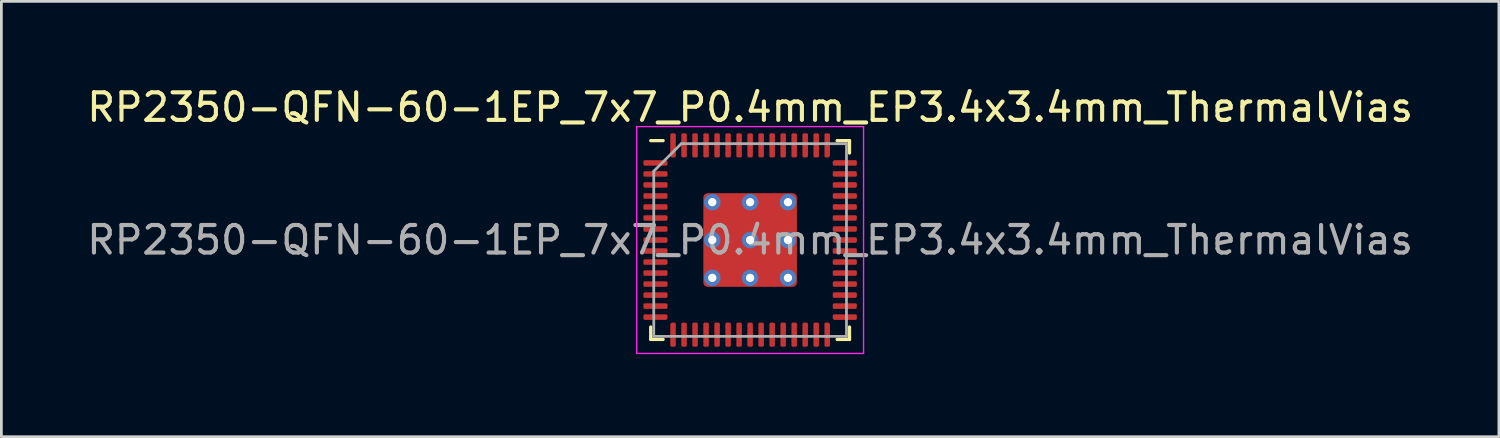
<source format=kicad_pcb>
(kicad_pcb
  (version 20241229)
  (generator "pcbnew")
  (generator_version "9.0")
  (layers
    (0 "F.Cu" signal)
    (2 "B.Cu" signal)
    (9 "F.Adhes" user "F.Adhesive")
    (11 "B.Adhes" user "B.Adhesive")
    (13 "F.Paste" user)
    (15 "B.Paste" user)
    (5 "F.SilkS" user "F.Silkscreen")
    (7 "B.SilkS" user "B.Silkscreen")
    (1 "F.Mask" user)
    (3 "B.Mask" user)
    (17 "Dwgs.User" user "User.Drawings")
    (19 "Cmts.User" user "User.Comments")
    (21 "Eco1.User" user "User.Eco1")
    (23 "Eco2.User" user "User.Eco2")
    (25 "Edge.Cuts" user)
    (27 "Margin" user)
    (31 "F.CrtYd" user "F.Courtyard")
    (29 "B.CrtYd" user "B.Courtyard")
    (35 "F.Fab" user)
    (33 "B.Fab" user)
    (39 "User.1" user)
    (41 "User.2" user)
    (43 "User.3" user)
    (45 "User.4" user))
  (footprint "RP2350-QFN-60-1EP_7x7_P0.4mm_EP3.4x3.4mm_ThermalVias"
    (layer "F.Cu")
    (at 24.196 5.668)
    (property "Reference" "RP2350-QFN-60-1EP_7x7_P0.4mm_EP3.4x3.4mm_ThermalVias" (at 0 -4.82 0) (layer "F.SilkS") (effects (font (size 1 1) (thickness 0.15))))
    (attr smd)
    (fp_line (start -3.61 3.61) (end -3.61 3.16) (stroke (width 0.12) (type solid)) (layer "F.SilkS"))
    (fp_line (start -3.16 -3.61) (end -3.61 -3.61) (stroke (width 0.12) (type solid)) (layer "F.SilkS"))
    (fp_line (start -3.16 3.61) (end -3.61 3.61) (stroke (width 0.12) (type solid)) (layer "F.SilkS"))
    (fp_line (start 3.16 -3.61) (end 3.61 -3.61) (stroke (width 0.12) (type solid)) (layer "F.SilkS"))
    (fp_line (start 3.16 3.61) (end 3.61 3.61) (stroke (width 0.12) (type solid)) (layer "F.SilkS"))
    (fp_line (start 3.61 -3.61) (end 3.61 -3.16) (stroke (width 0.12) (type solid)) (layer "F.SilkS"))
    (fp_line (start 3.61 3.61) (end 3.61 3.16) (stroke (width 0.12) (type solid)) (layer "F.SilkS"))
    (fp_line (start -4.12 -4.12) (end -4.12 4.12) (stroke (width 0.05) (type solid)) (layer "F.CrtYd"))
    (fp_line (start -4.12 4.12) (end 4.12 4.12) (stroke (width 0.05) (type solid)) (layer "F.CrtYd"))
    (fp_line (start 4.12 -4.12) (end -4.12 -4.12) (stroke (width 0.05) (type solid)) (layer "F.CrtYd"))
    (fp_line (start 4.12 4.12) (end 4.12 -4.12) (stroke (width 0.05) (type solid)) (layer "F.CrtYd"))
    (fp_line (start -3.5 -2.5) (end -2.5 -3.5) (stroke (width 0.1) (type solid)) (layer "F.Fab"))
    (fp_line (start -3.5 3.5) (end -3.5 -2.5) (stroke (width 0.1) (type solid)) (layer "F.Fab"))
    (fp_line (start -2.5 -3.5) (end 3.5 -3.5) (stroke (width 0.1) (type solid)) (layer "F.Fab"))
    (fp_line (start 3.5 -3.5) (end 3.5 3.5) (stroke (width 0.1) (type solid)) (layer "F.Fab"))
    (fp_line (start 3.5 3.5) (end -3.5 3.5) (stroke (width 0.1) (type solid)) (layer "F.Fab"))
    (fp_text user "${REFERENCE}" (at 0 0 0) (layer "F.Fab") (effects (font (size 1 1) (thickness 0.15))))
    (pad "" smd roundrect (at -0.7 -0.7) (size 1.2 1.2) (layers "F.Paste") (roundrect_rratio 0.208))
    (pad "" smd roundrect (at -0.7 0.7) (size 1.2 1.2) (layers "F.Paste") (roundrect_rratio 0.208))
    (pad "" smd roundrect (at 0.7 -0.7) (size 1.2 1.2) (layers "F.Paste") (roundrect_rratio 0.208))
    (pad "" smd roundrect (at 0.7 0.7) (size 1.2 1.2) (layers "F.Paste") (roundrect_rratio 0.208))
    (pad "1" smd roundrect (at -3.438 -2.8) (size 0.875 0.2) (layers "F.Cu" "F.Mask" "F.Paste") (roundrect_rratio 0.25) (chamfer_ratio 0.25) (chamfer top_right))
    (pad "2" smd roundrect (at -3.438 -2.4) (size 0.875 0.2) (layers "F.Cu" "F.Mask" "F.Paste") (roundrect_rratio 0.25))
    (pad "3" smd roundrect (at -3.438 -2) (size 0.875 0.2) (layers "F.Cu" "F.Mask" "F.Paste") (roundrect_rratio 0.25))
    (pad "4" smd roundrect (at -3.438 -1.6) (size 0.875 0.2) (layers "F.Cu" "F.Mask" "F.Paste") (roundrect_rratio 0.25))
    (pad "5" smd roundrect (at -3.438 -1.2) (size 0.875 0.2) (layers "F.Cu" "F.Mask" "F.Paste") (roundrect_rratio 0.25))
    (pad "6" smd roundrect (at -3.438 -0.8) (size 0.875 0.2) (layers "F.Cu" "F.Mask" "F.Paste") (roundrect_rratio 0.25))
    (pad "7" smd roundrect (at -3.438 -0.4) (size 0.875 0.2) (layers "F.Cu" "F.Mask" "F.Paste") (roundrect_rratio 0.25))
    (pad "8" smd roundrect (at -3.438 0) (size 0.875 0.2) (layers "F.Cu" "F.Mask" "F.Paste") (roundrect_rratio 0.25))
    (pad "9" smd roundrect (at -3.438 0.4) (size 0.875 0.2) (layers "F.Cu" "F.Mask" "F.Paste") (roundrect_rratio 0.25))
    (pad "10" smd roundrect (at -3.438 0.8) (size 0.875 0.2) (layers "F.Cu" "F.Mask" "F.Paste") (roundrect_rratio 0.25))
    (pad "11" smd roundrect (at -3.438 1.2) (size 0.875 0.2) (layers "F.Cu" "F.Mask" "F.Paste") (roundrect_rratio 0.25))
    (pad "12" smd roundrect (at -3.438 1.6) (size 0.875 0.2) (layers "F.Cu" "F.Mask" "F.Paste") (roundrect_rratio 0.25))
    (pad "13" smd roundrect (at -3.438 2) (size 0.875 0.2) (layers "F.Cu" "F.Mask" "F.Paste") (roundrect_rratio 0.25))
    (pad "14" smd roundrect (at -3.438 2.4) (size 0.875 0.2) (layers "F.Cu" "F.Mask" "F.Paste") (roundrect_rratio 0.25))
    (pad "15" smd roundrect (at -3.438 2.8) (size 0.875 0.2) (layers "F.Cu" "F.Mask" "F.Paste") (roundrect_rratio 0.25) (chamfer_ratio 0.25) (chamfer bottom_right))
    (pad "16" smd roundrect (at -2.8 3.438) (size 0.2 0.875) (layers "F.Cu" "F.Mask" "F.Paste") (roundrect_rratio 0.25) (chamfer_ratio 0.25) (chamfer top_left))
    (pad "17" smd roundrect (at -2.4 3.438) (size 0.2 0.875) (layers "F.Cu" "F.Mask" "F.Paste") (roundrect_rratio 0.25))
    (pad "18" smd roundrect (at -2 3.438) (size 0.2 0.875) (layers "F.Cu" "F.Mask" "F.Paste") (roundrect_rratio 0.25))
    (pad "19" smd roundrect (at -1.6 3.438) (size 0.2 0.875) (layers "F.Cu" "F.Mask" "F.Paste") (roundrect_rratio 0.25))
    (pad "20" smd roundrect (at -1.2 3.438) (size 0.2 0.875) (layers "F.Cu" "F.Mask" "F.Paste") (roundrect_rratio 0.25))
    (pad "21" smd roundrect (at -0.8 3.438) (size 0.2 0.875) (layers "F.Cu" "F.Mask" "F.Paste") (roundrect_rratio 0.25))
    (pad "22" smd roundrect (at -0.4 3.438) (size 0.2 0.875) (layers "F.Cu" "F.Mask" "F.Paste") (roundrect_rratio 0.25))
    (pad "23" smd roundrect (at 0 3.438) (size 0.2 0.875) (layers "F.Cu" "F.Mask" "F.Paste") (roundrect_rratio 0.25))
    (pad "24" smd roundrect (at 0.4 3.438) (size 0.2 0.875) (layers "F.Cu" "F.Mask" "F.Paste") (roundrect_rratio 0.25))
    (pad "25" smd roundrect (at 0.8 3.438) (size 0.2 0.875) (layers "F.Cu" "F.Mask" "F.Paste") (roundrect_rratio 0.25))
    (pad "26" smd roundrect (at 1.2 3.438) (size 0.2 0.875) (layers "F.Cu" "F.Mask" "F.Paste") (roundrect_rratio 0.25))
    (pad "27" smd roundrect (at 1.6 3.438) (size 0.2 0.875) (layers "F.Cu" "F.Mask" "F.Paste") (roundrect_rratio 0.25))
    (pad "28" smd roundrect (at 2 3.438) (size 0.2 0.875) (layers "F.Cu" "F.Mask" "F.Paste") (roundrect_rratio 0.25))
    (pad "29" smd roundrect (at 2.4 3.438) (size 0.2 0.875) (layers "F.Cu" "F.Mask" "F.Paste") (roundrect_rratio 0.25))
    (pad "30" smd roundrect (at 2.8 3.438) (size 0.2 0.875) (layers "F.Cu" "F.Mask" "F.Paste") (roundrect_rratio 0.25) (chamfer_ratio 0.25) (chamfer top_right))
    (pad "31" smd roundrect (at 3.438 2.8) (size 0.875 0.2) (layers "F.Cu" "F.Mask" "F.Paste") (roundrect_rratio 0.25) (chamfer_ratio 0.25) (chamfer bottom_left))
    (pad "32" smd roundrect (at 3.438 2.4) (size 0.875 0.2) (layers "F.Cu" "F.Mask" "F.Paste") (roundrect_rratio 0.25))
    (pad "33" smd roundrect (at 3.438 2) (size 0.875 0.2) (layers "F.Cu" "F.Mask" "F.Paste") (roundrect_rratio 0.25))
    (pad "34" smd roundrect (at 3.438 1.6) (size 0.875 0.2) (layers "F.Cu" "F.Mask" "F.Paste") (roundrect_rratio 0.25))
    (pad "35" smd roundrect (at 3.438 1.2) (size 0.875 0.2) (layers "F.Cu" "F.Mask" "F.Paste") (roundrect_rratio 0.25))
    (pad "36" smd roundrect (at 3.438 0.8) (size 0.875 0.2) (layers "F.Cu" "F.Mask" "F.Paste") (roundrect_rratio 0.25))
    (pad "37" smd roundrect (at 3.438 0.4) (size 0.875 0.2) (layers "F.Cu" "F.Mask" "F.Paste") (roundrect_rratio 0.25))
    (pad "38" smd roundrect (at 3.438 0) (size 0.875 0.2) (layers "F.Cu" "F.Mask" "F.Paste") (roundrect_rratio 0.25))
    (pad "39" smd roundrect (at 3.438 -0.4) (size 0.875 0.2) (layers "F.Cu" "F.Mask" "F.Paste") (roundrect_rratio 0.25))
    (pad "40" smd roundrect (at 3.438 -0.8) (size 0.875 0.2) (layers "F.Cu" "F.Mask" "F.Paste") (roundrect_rratio 0.25))
    (pad "41" smd roundrect (at 3.438 -1.2) (size 0.875 0.2) (layers "F.Cu" "F.Mask" "F.Paste") (roundrect_rratio 0.25))
    (pad "42" smd roundrect (at 3.438 -1.6) (size 0.875 0.2) (layers "F.Cu" "F.Mask" "F.Paste") (roundrect_rratio 0.25))
    (pad "43" smd roundrect (at 3.438 -2) (size 0.875 0.2) (layers "F.Cu" "F.Mask" "F.Paste") (roundrect_rratio 0.25))
    (pad "44" smd roundrect (at 3.438 -2.4) (size 0.875 0.2) (layers "F.Cu" "F.Mask" "F.Paste") (roundrect_rratio 0.25))
    (pad "45" smd roundrect (at 3.438 -2.8) (size 0.875 0.2) (layers "F.Cu" "F.Mask" "F.Paste") (roundrect_rratio 0.25) (chamfer_ratio 0.25) (chamfer top_left))
    (pad "46" smd roundrect (at 2.8 -3.438) (size 0.2 0.875) (layers "F.Cu" "F.Mask" "F.Paste") (roundrect_rratio 0.25) (chamfer_ratio 0.25) (chamfer bottom_right))
    (pad "47" smd roundrect (at 2.4 -3.438) (size 0.2 0.875) (layers "F.Cu" "F.Mask" "F.Paste") (roundrect_rratio 0.25))
    (pad "48" smd roundrect (at 2 -3.438) (size 0.2 0.875) (layers "F.Cu" "F.Mask" "F.Paste") (roundrect_rratio 0.25))
    (pad "49" smd roundrect (at 1.6 -3.438) (size 0.2 0.875) (layers "F.Cu" "F.Mask" "F.Paste") (roundrect_rratio 0.25))
    (pad "50" smd roundrect (at 1.2 -3.438) (size 0.2 0.875) (layers "F.Cu" "F.Mask" "F.Paste") (roundrect_rratio 0.25))
    (pad "51" smd roundrect (at 0.8 -3.438) (size 0.2 0.875) (layers "F.Cu" "F.Mask" "F.Paste") (roundrect_rratio 0.25))
    (pad "52" smd roundrect (at 0.4 -3.438) (size 0.2 0.875) (layers "F.Cu" "F.Mask" "F.Paste") (roundrect_rratio 0.25))
    (pad "53" smd roundrect (at 0 -3.438) (size 0.2 0.875) (layers "F.Cu" "F.Mask" "F.Paste") (roundrect_rratio 0.25))
    (pad "54" smd roundrect (at -0.4 -3.438) (size 0.2 0.875) (layers "F.Cu" "F.Mask" "F.Paste") (roundrect_rratio 0.25))
    (pad "55" smd roundrect (at -0.8 -3.438) (size 0.2 0.875) (layers "F.Cu" "F.Mask" "F.Paste") (roundrect_rratio 0.25))
    (pad "56" smd roundrect (at -1.2 -3.438) (size 0.2 0.875) (layers "F.Cu" "F.Mask" "F.Paste") (roundrect_rratio 0.25))
    (pad "57" smd roundrect (at -1.6 -3.438) (size 0.2 0.875) (layers "F.Cu" "F.Mask" "F.Paste") (roundrect_rratio 0.25))
    (pad "58" smd roundrect (at -2 -3.438) (size 0.2 0.875) (layers "F.Cu" "F.Mask" "F.Paste") (roundrect_rratio 0.25))
    (pad "59" smd roundrect (at -2.4 -3.438) (size 0.2 0.875) (layers "F.Cu" "F.Mask" "F.Paste") (roundrect_rratio 0.25))
    (pad "60" smd roundrect (at -2.8 -3.438) (size 0.2 0.875) (layers "F.Cu" "F.Mask" "F.Paste") (roundrect_rratio 0.25) (chamfer_ratio 0.25) (chamfer bottom_left))
    (pad "61" thru_hole circle (at -1.375 -1.375) (size 0.6 0.6) (drill 0.3) (layers "*.Cu"))
    (pad "61" thru_hole circle (at -1.375 0) (size 0.6 0.6) (drill 0.3) (layers "*.Cu"))
    (pad "61" thru_hole circle (at -1.375 1.375) (size 0.6 0.6) (drill 0.3) (layers "*.Cu"))
    (pad "61" thru_hole circle (at 0 -1.375) (size 0.6 0.6) (drill 0.3) (layers "*.Cu"))
    (pad "61" thru_hole circle (at 0 0) (size 0.6 0.6) (drill 0.3) (layers "*.Cu"))
    (pad "61" smd roundrect (at 0 0 90) (size 3.4 3.4) (layers "F.Cu" "F.Mask") (roundrect_rratio 0.045))
    (pad "61" thru_hole circle (at 0 1.375) (size 0.6 0.6) (drill 0.3) (layers "*.Cu"))
    (pad "61" thru_hole circle (at 1.375 -1.375) (size 0.6 0.6) (drill 0.3) (layers "*.Cu"))
    (pad "61" thru_hole circle (at 1.375 0) (size 0.6 0.6) (drill 0.3) (layers "*.Cu"))
    (pad "61" thru_hole circle (at 1.375 1.375) (size 0.6 0.6) (drill 0.3) (layers "*.Cu")))
  (gr_rect
    (start -3 -3)
    (end 51.393 12.813)
    (stroke (width 0.1) (type default))
    (fill no)
    (layer "Edge.Cuts")))
</source>
